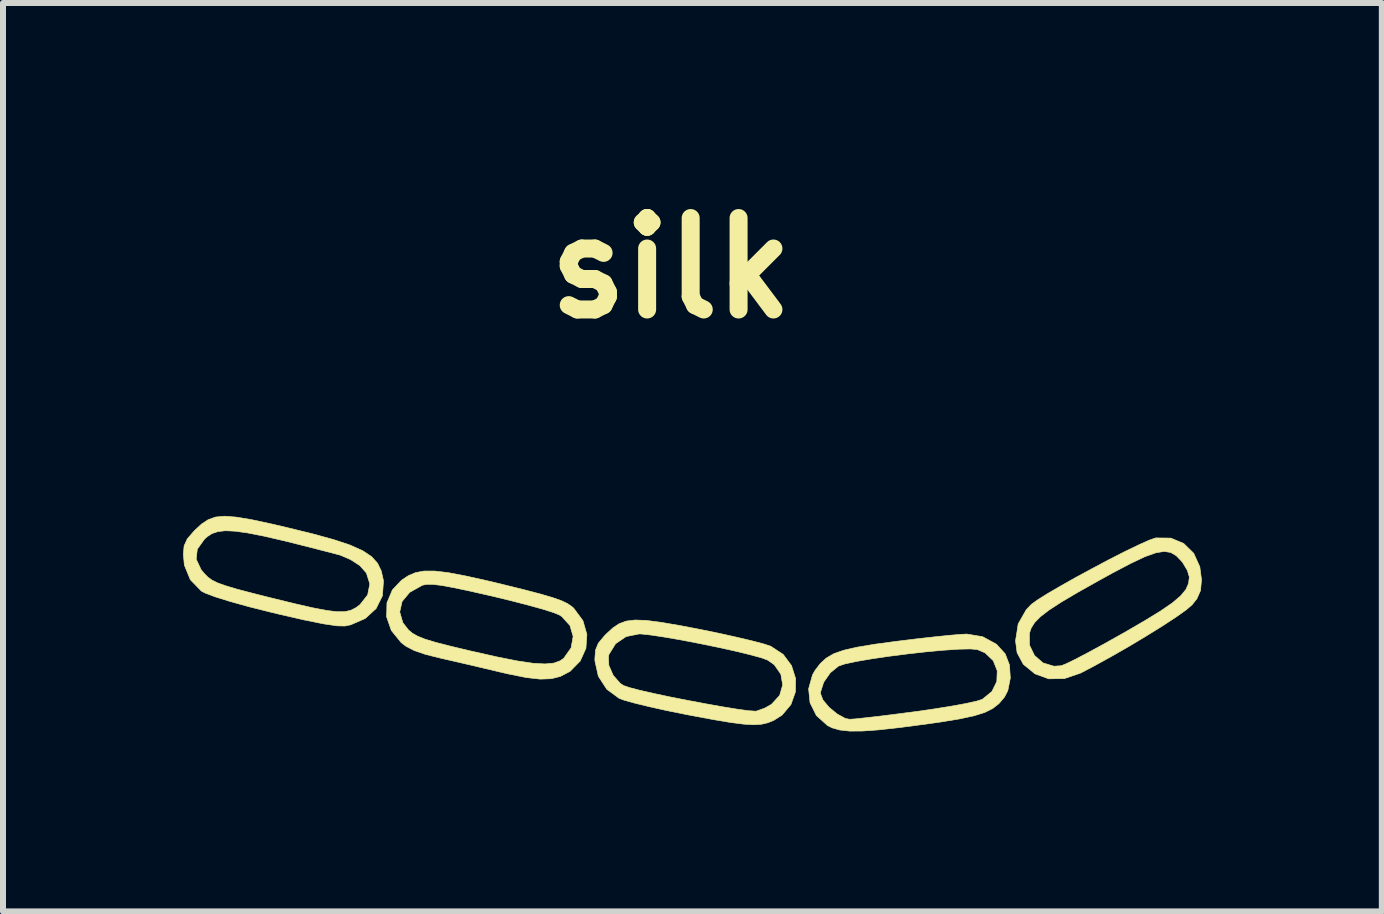
<source format=kicad_pcb>
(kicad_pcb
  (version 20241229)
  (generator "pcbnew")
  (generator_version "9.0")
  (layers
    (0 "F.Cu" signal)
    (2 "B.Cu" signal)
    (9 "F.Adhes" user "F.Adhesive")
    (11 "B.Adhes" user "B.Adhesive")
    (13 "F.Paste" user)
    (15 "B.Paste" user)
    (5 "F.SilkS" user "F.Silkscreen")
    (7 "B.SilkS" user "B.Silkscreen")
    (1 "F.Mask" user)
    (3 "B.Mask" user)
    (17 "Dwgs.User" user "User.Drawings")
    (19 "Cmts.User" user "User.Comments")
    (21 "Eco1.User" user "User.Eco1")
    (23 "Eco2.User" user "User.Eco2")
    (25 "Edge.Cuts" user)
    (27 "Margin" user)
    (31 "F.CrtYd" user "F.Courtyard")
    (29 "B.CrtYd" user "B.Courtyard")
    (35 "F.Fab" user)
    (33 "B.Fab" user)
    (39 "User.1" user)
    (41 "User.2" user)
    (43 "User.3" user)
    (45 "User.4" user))
  (footprint "silk"
    (layer "F.Cu")
    (at 8.133 1.418)
    (property "Reference" "silk" (at 0 0 0) (layer "F.SilkS") (effects (font (size 1.524 1.524) (thickness 0.3))))
    (attr through_hole)
    (fp_poly (pts (xy 8.328 4.499) (xy 8.543 4.589) (xy 8.709 4.752) (xy 8.811 4.977) (xy 8.839 5.193) (xy 8.823 5.372) (xy 8.762 5.51) (xy 8.683 5.609) (xy 8.59 5.69) (xy 8.423 5.809) (xy 8.198 5.957) (xy 7.932 6.122) (xy 7.641 6.297) (xy 7.341 6.469) (xy 7.048 6.631) (xy 6.822 6.749) (xy 6.554 6.84) (xy 6.293 6.844) (xy 6.064 6.761) (xy 5.87 6.602) (xy 5.766 6.409) (xy 5.74 6.209) (xy 5.76 6.086) (xy 5.971 6.086) (xy 5.973 6.284) (xy 6.056 6.455) (xy 6.198 6.579) (xy 6.38 6.634) (xy 6.502 6.626) (xy 6.584 6.593) (xy 6.738 6.518) (xy 6.949 6.407) (xy 7.202 6.27) (xy 7.48 6.114) (xy 7.539 6.081) (xy 7.889 5.878) (xy 8.158 5.713) (xy 8.356 5.577) (xy 8.492 5.461) (xy 8.578 5.357) (xy 8.623 5.256) (xy 8.636 5.151) (xy 8.636 5.147) (xy 8.604 5.038) (xy 8.526 4.908) (xy 8.504 4.881) (xy 8.418 4.792) (xy 8.326 4.738) (xy 8.217 4.721) (xy 8.077 4.744) (xy 7.895 4.809) (xy 7.659 4.921) (xy 7.356 5.08) (xy 7.135 5.202) (xy 6.78 5.401) (xy 6.506 5.563) (xy 6.301 5.696) (xy 6.156 5.807) (xy 6.059 5.905) (xy 6.001 5.997) (xy 5.971 6.086) (xy 5.76 6.086) (xy 5.784 5.929) (xy 5.919 5.692) (xy 6.002 5.605) (xy 6.102 5.532) (xy 6.272 5.425) (xy 6.495 5.295) (xy 6.754 5.149) (xy 7.032 4.999) (xy 7.309 4.852) (xy 7.57 4.719) (xy 7.797 4.61) (xy 7.971 4.532) (xy 8.076 4.496) (xy 8.078 4.496) (xy 8.328 4.499)) (stroke (width 0.01) (type solid)) (fill yes) (layer "F.SilkS"))
    (fp_poly (pts (xy -7.247 4.149) (xy -6.994 4.191) (xy -6.668 4.261) (xy -6.431 4.316) (xy -5.984 4.425) (xy -5.626 4.523) (xy -5.349 4.615) (xy -5.141 4.708) (xy -4.992 4.807) (xy -4.892 4.917) (xy -4.83 5.045) (xy -4.796 5.195) (xy -4.793 5.218) (xy -4.81 5.46) (xy -4.915 5.672) (xy -5.096 5.838) (xy -5.339 5.944) (xy -5.436 5.964) (xy -5.566 5.961) (xy -5.791 5.928) (xy -6.11 5.864) (xy -6.524 5.769) (xy -6.645 5.74) (xy -7.028 5.644) (xy -7.349 5.555) (xy -7.599 5.477) (xy -7.766 5.414) (xy -7.827 5.382) (xy -8.011 5.193) (xy -8.111 4.949) (xy -8.12 4.849) (xy -7.914 4.849) (xy -7.833 5.023) (xy -7.778 5.09) (xy -7.72 5.149) (xy -7.651 5.199) (xy -7.558 5.245) (xy -7.425 5.293) (xy -7.237 5.349) (xy -6.978 5.417) (xy -6.673 5.494) (xy -6.284 5.589) (xy -5.979 5.659) (xy -5.745 5.704) (xy -5.569 5.726) (xy -5.437 5.725) (xy -5.336 5.702) (xy -5.252 5.659) (xy -5.185 5.609) (xy -5.056 5.445) (xy -5.02 5.262) (xy -5.077 5.081) (xy -5.184 4.959) (xy -5.341 4.857) (xy -5.513 4.783) (xy -5.527 4.779) (xy -6.029 4.649) (xy -6.444 4.545) (xy -6.781 4.467) (xy -7.05 4.414) (xy -7.261 4.384) (xy -7.425 4.376) (xy -7.551 4.39) (xy -7.65 4.423) (xy -7.73 4.475) (xy -7.776 4.517) (xy -7.895 4.683) (xy -7.914 4.849) (xy -8.12 4.849) (xy -8.128 4.772) (xy -8.115 4.628) (xy -8.062 4.512) (xy -7.949 4.381) (xy -7.935 4.367) (xy -7.823 4.264) (xy -7.714 4.192) (xy -7.591 4.148) (xy -7.441 4.134) (xy -7.247 4.149)) (stroke (width 0.01) (type solid)) (fill yes) (layer "F.SilkS"))
    (fp_poly (pts (xy 5.192 6.142) (xy 5.422 6.267) (xy 5.568 6.428) (xy 5.639 6.613) (xy 5.653 6.832) (xy 5.611 7.042) (xy 5.553 7.152) (xy 5.465 7.255) (xy 5.361 7.337) (xy 5.228 7.404) (xy 5.048 7.46) (xy 4.807 7.512) (xy 4.489 7.564) (xy 4.256 7.597) (xy 3.817 7.655) (xy 3.466 7.694) (xy 3.189 7.714) (xy 2.975 7.715) (xy 2.811 7.697) (xy 2.684 7.661) (xy 2.606 7.622) (xy 2.422 7.456) (xy 2.316 7.244) (xy 2.3 7.089) (xy 2.489 7.089) (xy 2.53 7.196) (xy 2.633 7.319) (xy 2.768 7.43) (xy 2.903 7.504) (xy 2.974 7.518) (xy 3.068 7.512) (xy 3.243 7.493) (xy 3.482 7.466) (xy 3.766 7.43) (xy 4.077 7.39) (xy 4.078 7.39) (xy 4.389 7.345) (xy 4.675 7.299) (xy 4.915 7.255) (xy 5.092 7.216) (xy 5.186 7.186) (xy 5.346 7.056) (xy 5.428 6.889) (xy 5.435 6.71) (xy 5.369 6.542) (xy 5.232 6.411) (xy 5.104 6.356) (xy 4.991 6.346) (xy 4.797 6.35) (xy 4.544 6.367) (xy 4.251 6.394) (xy 3.938 6.429) (xy 3.626 6.469) (xy 3.335 6.512) (xy 3.085 6.555) (xy 2.895 6.596) (xy 2.791 6.631) (xy 2.653 6.743) (xy 2.543 6.901) (xy 2.491 7.064) (xy 2.489 7.089) (xy 2.3 7.089) (xy 2.292 7.01) (xy 2.357 6.778) (xy 2.4 6.703) (xy 2.487 6.589) (xy 2.586 6.499) (xy 2.71 6.426) (xy 2.876 6.368) (xy 3.098 6.317) (xy 3.391 6.268) (xy 3.77 6.217) (xy 3.779 6.216) (xy 4.091 6.178) (xy 4.385 6.145) (xy 4.638 6.119) (xy 4.83 6.103) (xy 4.928 6.098) (xy 5.192 6.142)) (stroke (width 0.01) (type solid)) (fill yes) (layer "F.SilkS"))
    (fp_poly (pts (xy -3.717 5.074) (xy -3.432 5.128) (xy -3.071 5.208) (xy -2.804 5.272) (xy -2.447 5.36) (xy -2.176 5.431) (xy -1.975 5.49) (xy -1.83 5.541) (xy -1.728 5.589) (xy -1.655 5.639) (xy -1.623 5.667) (xy -1.469 5.875) (xy -1.403 6.105) (xy -1.419 6.336) (xy -1.514 6.547) (xy -1.683 6.719) (xy -1.845 6.804) (xy -1.996 6.842) (xy -2.179 6.849) (xy -2.412 6.823) (xy -2.715 6.762) (xy -2.845 6.732) (xy -3.128 6.665) (xy -3.452 6.589) (xy -3.756 6.519) (xy -3.827 6.503) (xy -4.092 6.437) (xy -4.282 6.372) (xy -4.42 6.3) (xy -4.499 6.239) (xy -4.662 6.038) (xy -4.741 5.811) (xy -4.738 5.73) (xy -4.522 5.73) (xy -4.47 5.909) (xy -4.377 6.029) (xy -4.311 6.084) (xy -4.225 6.133) (xy -4.103 6.182) (xy -3.929 6.235) (xy -3.689 6.297) (xy -3.366 6.374) (xy -3.322 6.384) (xy -2.9 6.479) (xy -2.563 6.546) (xy -2.3 6.585) (xy -2.101 6.596) (xy -1.953 6.582) (xy -1.846 6.543) (xy -1.788 6.501) (xy -1.666 6.328) (xy -1.632 6.138) (xy -1.685 5.956) (xy -1.822 5.805) (xy -1.861 5.78) (xy -1.959 5.74) (xy -2.139 5.683) (xy -2.381 5.616) (xy -2.667 5.542) (xy -2.98 5.466) (xy -3.012 5.459) (xy -3.364 5.379) (xy -3.632 5.323) (xy -3.829 5.287) (xy -3.97 5.27) (xy -4.069 5.269) (xy -4.139 5.283) (xy -4.148 5.286) (xy -4.356 5.403) (xy -4.483 5.556) (xy -4.522 5.73) (xy -4.738 5.73) (xy -4.735 5.578) (xy -4.644 5.362) (xy -4.492 5.201) (xy -4.378 5.125) (xy -4.257 5.074) (xy -4.116 5.048) (xy -3.94 5.048) (xy -3.717 5.074)) (stroke (width 0.01) (type solid)) (fill yes) (layer "F.SilkS"))
    (fp_poly (pts (xy -0.411 5.871) (xy -0.164 5.903) (xy 0.156 5.958) (xy 0.475 6.019) (xy 0.793 6.084) (xy 1.09 6.15) (xy 1.348 6.211) (xy 1.545 6.263) (xy 1.662 6.302) (xy 1.869 6.438) (xy 2.007 6.624) (xy 2.075 6.839) (xy 2.072 7.062) (xy 1.997 7.273) (xy 1.85 7.448) (xy 1.713 7.535) (xy 1.613 7.576) (xy 1.505 7.601) (xy 1.374 7.609) (xy 1.207 7.599) (xy 0.988 7.571) (xy 0.703 7.523) (xy 0.337 7.455) (xy 0.229 7.434) (xy -0.077 7.372) (xy -0.36 7.309) (xy -0.599 7.251) (xy -0.776 7.202) (xy -0.863 7.171) (xy -1.071 7.018) (xy -1.212 6.802) (xy -1.269 6.546) (xy -1.27 6.514) (xy -1.267 6.47) (xy -1.044 6.47) (xy -1.037 6.621) (xy -0.965 6.785) (xy -0.848 6.919) (xy -0.791 6.957) (xy -0.698 6.989) (xy -0.525 7.034) (xy -0.293 7.087) (xy -0.02 7.145) (xy 0.275 7.203) (xy 0.572 7.259) (xy 0.852 7.309) (xy 1.097 7.349) (xy 1.287 7.375) (xy 1.403 7.383) (xy 1.422 7.382) (xy 1.561 7.332) (xy 1.673 7.269) (xy 1.809 7.121) (xy 1.86 6.945) (xy 1.829 6.766) (xy 1.719 6.609) (xy 1.609 6.532) (xy 1.5 6.492) (xy 1.312 6.441) (xy 1.064 6.381) (xy 0.779 6.318) (xy 0.475 6.256) (xy 0.176 6.198) (xy -0.1 6.15) (xy -0.332 6.115) (xy -0.498 6.097) (xy -0.535 6.096) (xy -0.75 6.14) (xy -0.925 6.259) (xy -1.034 6.435) (xy -1.044 6.47) (xy -1.267 6.47) (xy -1.259 6.364) (xy -1.212 6.25) (xy -1.109 6.126) (xy -1.077 6.094) (xy -0.971 5.996) (xy -0.866 5.926) (xy -0.747 5.882) (xy -0.601 5.864) (xy -0.411 5.871)) (stroke (width 0.01) (type solid)) (fill yes) (layer "F.SilkS")))
  (gr_rect
    (start -3 -3)
    (end 19.977 12.138)
    (stroke (width 0.1) (type default))
    (fill no)
    (layer "Edge.Cuts")))
</source>
